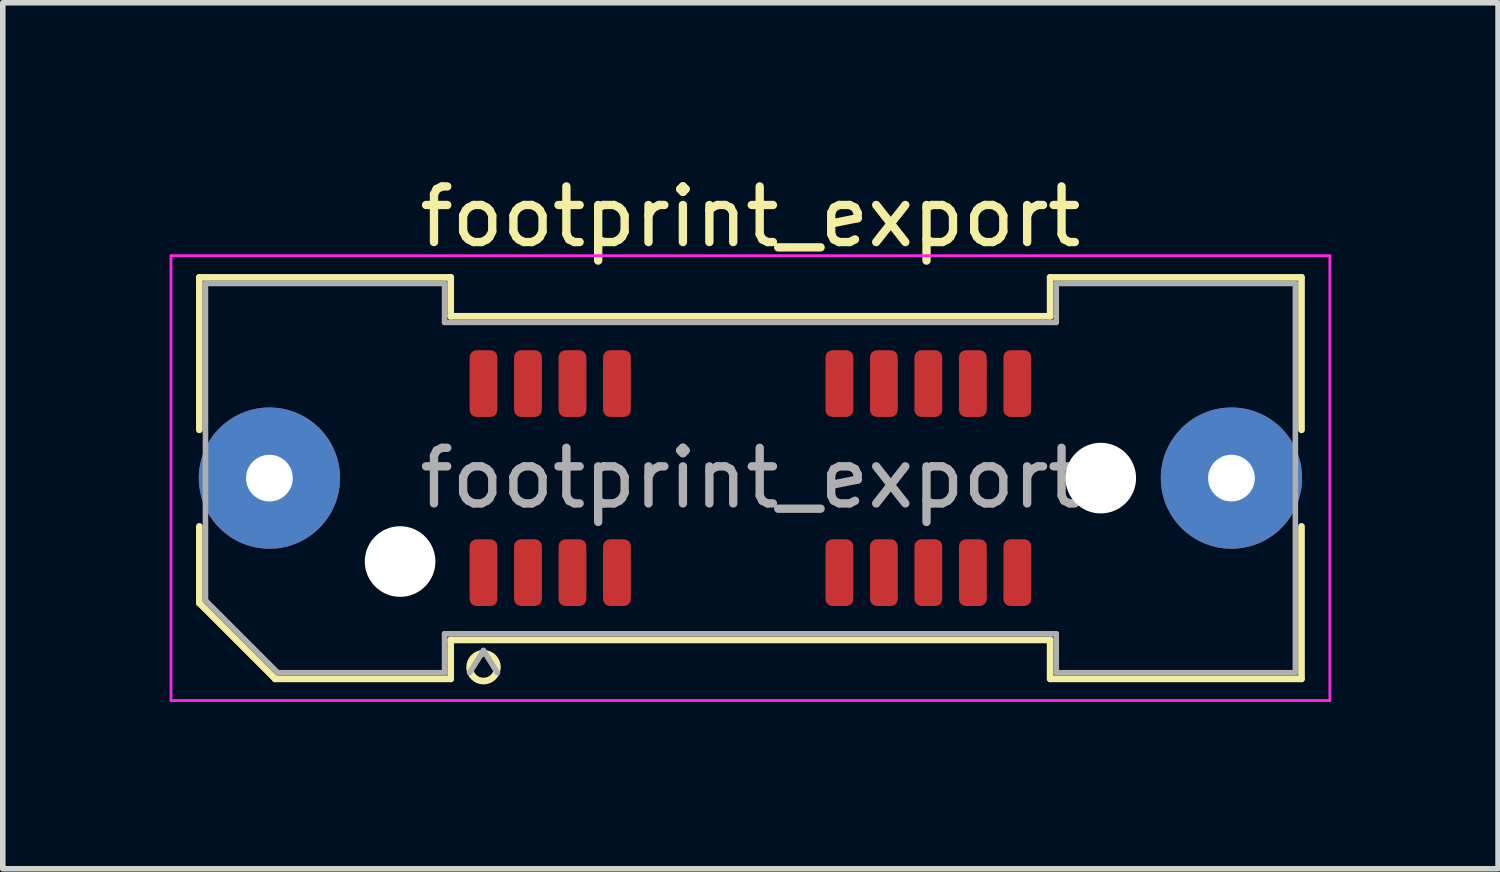
<source format=kicad_pcb>
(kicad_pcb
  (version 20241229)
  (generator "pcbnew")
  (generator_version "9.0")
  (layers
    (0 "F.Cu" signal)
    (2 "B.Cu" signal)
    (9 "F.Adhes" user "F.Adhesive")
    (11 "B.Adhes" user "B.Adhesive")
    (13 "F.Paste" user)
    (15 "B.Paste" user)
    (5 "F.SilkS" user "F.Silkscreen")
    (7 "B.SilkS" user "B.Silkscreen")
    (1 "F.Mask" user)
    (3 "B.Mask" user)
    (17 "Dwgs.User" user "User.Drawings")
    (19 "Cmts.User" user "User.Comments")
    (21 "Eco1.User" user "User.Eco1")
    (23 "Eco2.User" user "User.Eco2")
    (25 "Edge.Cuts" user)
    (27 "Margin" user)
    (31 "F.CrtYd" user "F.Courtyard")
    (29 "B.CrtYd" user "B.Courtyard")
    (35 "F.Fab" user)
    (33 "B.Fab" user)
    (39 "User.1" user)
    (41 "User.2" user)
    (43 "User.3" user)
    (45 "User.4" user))
  (footprint "footprint_export"
    (layer "F.Cu")
    (at 10.445 5.548)
    (property "Reference" "footprint_export" (at 0 -4.7 0) (layer "F.SilkS") (effects (font (size 1 1) (thickness 0.15))))
    (attr smd)
    (fp_line (start -9.91 -3.61) (end -5.39 -3.61) (stroke (width 0.12) (type solid)) (layer "F.SilkS"))
    (fp_line (start -9.91 -0.868) (end -9.91 -3.61) (stroke (width 0.12) (type solid)) (layer "F.SilkS"))
    (fp_line (start -9.91 2.246) (end -9.91 0.868) (stroke (width 0.12) (type solid)) (layer "F.SilkS"))
    (fp_line (start -8.546 3.61) (end -9.91 2.246) (stroke (width 0.12) (type solid)) (layer "F.SilkS"))
    (fp_line (start -5.39 -3.61) (end -5.39 -2.91) (stroke (width 0.12) (type solid)) (layer "F.SilkS"))
    (fp_line (start -5.39 -2.91) (end 5.39 -2.91) (stroke (width 0.12) (type solid)) (layer "F.SilkS"))
    (fp_line (start -5.39 2.91) (end -5.39 3.61) (stroke (width 0.12) (type solid)) (layer "F.SilkS"))
    (fp_line (start -5.39 3.61) (end -8.546 3.61) (stroke (width 0.12) (type solid)) (layer "F.SilkS"))
    (fp_line (start 5.39 -3.61) (end 9.91 -3.61) (stroke (width 0.12) (type solid)) (layer "F.SilkS"))
    (fp_line (start 5.39 -2.91) (end 5.39 -3.61) (stroke (width 0.12) (type solid)) (layer "F.SilkS"))
    (fp_line (start 5.39 2.91) (end -5.39 2.91) (stroke (width 0.12) (type solid)) (layer "F.SilkS"))
    (fp_line (start 5.39 3.61) (end 5.39 2.91) (stroke (width 0.12) (type solid)) (layer "F.SilkS"))
    (fp_line (start 9.91 -3.61) (end 9.91 -0.868) (stroke (width 0.12) (type solid)) (layer "F.SilkS"))
    (fp_line (start 9.91 0.868) (end 9.91 3.61) (stroke (width 0.12) (type solid)) (layer "F.SilkS"))
    (fp_line (start 9.91 3.61) (end 5.39 3.61) (stroke (width 0.12) (type solid)) (layer "F.SilkS"))
    (fp_arc (start -4.55 3.4) (mid -5.05 3.4) (end -4.55 3.4) (stroke (width 0.12) (type solid)) (layer "F.SilkS"))
    (fp_line (start -10.42 -4) (end -10.42 4) (stroke (width 0.05) (type solid)) (layer "F.CrtYd"))
    (fp_line (start -10.42 4) (end 10.42 4) (stroke (width 0.05) (type solid)) (layer "F.CrtYd"))
    (fp_line (start 10.42 -4) (end -10.42 -4) (stroke (width 0.05) (type solid)) (layer "F.CrtYd"))
    (fp_line (start 10.42 4) (end 10.42 -4) (stroke (width 0.05) (type solid)) (layer "F.CrtYd"))
    (fp_line (start -9.8 -3.5) (end -5.5 -3.5) (stroke (width 0.1) (type solid)) (layer "F.Fab"))
    (fp_line (start -9.8 2.2) (end -9.8 -3.5) (stroke (width 0.1) (type solid)) (layer "F.Fab"))
    (fp_line (start -8.5 3.5) (end -9.8 2.2) (stroke (width 0.1) (type solid)) (layer "F.Fab"))
    (fp_line (start -5.5 -3.5) (end -5.5 -2.8) (stroke (width 0.1) (type solid)) (layer "F.Fab"))
    (fp_line (start -5.5 -2.8) (end 5.5 -2.8) (stroke (width 0.1) (type solid)) (layer "F.Fab"))
    (fp_line (start -5.5 2.8) (end -5.5 3.5) (stroke (width 0.1) (type solid)) (layer "F.Fab"))
    (fp_line (start -5.5 3.5) (end -8.5 3.5) (stroke (width 0.1) (type solid)) (layer "F.Fab"))
    (fp_line (start -4.8 3.1) (end -5.05 3.5) (stroke (width 0.1) (type solid)) (layer "F.Fab"))
    (fp_line (start -4.8 3.1) (end -4.55 3.5) (stroke (width 0.1) (type solid)) (layer "F.Fab"))
    (fp_line (start 5.5 -3.5) (end 9.8 -3.5) (stroke (width 0.1) (type solid)) (layer "F.Fab"))
    (fp_line (start 5.5 -2.8) (end 5.5 -3.5) (stroke (width 0.1) (type solid)) (layer "F.Fab"))
    (fp_line (start 5.5 2.8) (end -5.5 2.8) (stroke (width 0.1) (type solid)) (layer "F.Fab"))
    (fp_line (start 5.5 3.5) (end 5.5 2.8) (stroke (width 0.1) (type solid)) (layer "F.Fab"))
    (fp_line (start 9.8 -3.5) (end 9.8 3.5) (stroke (width 0.1) (type solid)) (layer "F.Fab"))
    (fp_line (start 9.8 3.5) (end 5.5 3.5) (stroke (width 0.1) (type solid)) (layer "F.Fab"))
    (fp_text user "${REFERENCE}" (at 0 0 0) (layer "F.Fab") (effects (font (size 1 1) (thickness 0.15))))
    (pad "" thru_hole circle (at -8.65 0) (size 2.54 2.54) (drill 0.84) (layers "*.Cu" "*.Mask" "F.Paste"))
    (pad "" np_thru_hole circle (at -6.3 1.5) (size 1.27 1.27) (drill 1.27) (layers "*.Cu" "*.Mask"))
    (pad "" np_thru_hole circle (at 6.3 0) (size 1.27 1.27) (drill 1.27) (layers "*.Cu" "*.Mask"))
    (pad "" thru_hole circle (at 8.65 0) (size 2.54 2.54) (drill 0.84) (layers "*.Cu" "*.Mask" "F.Paste"))
    (pad "1" smd roundrect (at -4.8 1.7) (size 0.5 1.2) (layers "F.Cu" "F.Mask" "F.Paste") (roundrect_rratio 0.25))
    (pad "2" smd roundrect (at -4.8 -1.7) (size 0.5 1.2) (layers "F.Cu" "F.Mask" "F.Paste") (roundrect_rratio 0.25))
    (pad "3" smd roundrect (at -4 1.7) (size 0.5 1.2) (layers "F.Cu" "F.Mask" "F.Paste") (roundrect_rratio 0.25))
    (pad "4" smd roundrect (at -4 -1.7) (size 0.5 1.2) (layers "F.Cu" "F.Mask" "F.Paste") (roundrect_rratio 0.25))
    (pad "5" smd roundrect (at -3.2 1.7) (size 0.5 1.2) (layers "F.Cu" "F.Mask" "F.Paste") (roundrect_rratio 0.25))
    (pad "6" smd roundrect (at -3.2 -1.7) (size 0.5 1.2) (layers "F.Cu" "F.Mask" "F.Paste") (roundrect_rratio 0.25))
    (pad "7" smd roundrect (at -2.4 1.7) (size 0.5 1.2) (layers "F.Cu" "F.Mask" "F.Paste") (roundrect_rratio 0.25))
    (pad "8" smd roundrect (at -2.4 -1.7) (size 0.5 1.2) (layers "F.Cu" "F.Mask" "F.Paste") (roundrect_rratio 0.25))
    (pad "9" smd roundrect (at 1.6 1.7) (size 0.5 1.2) (layers "F.Cu" "F.Mask" "F.Paste") (roundrect_rratio 0.25))
    (pad "10" smd roundrect (at 1.6 -1.7) (size 0.5 1.2) (layers "F.Cu" "F.Mask" "F.Paste") (roundrect_rratio 0.25))
    (pad "11" smd roundrect (at 2.4 1.7) (size 0.5 1.2) (layers "F.Cu" "F.Mask" "F.Paste") (roundrect_rratio 0.25))
    (pad "12" smd roundrect (at 2.4 -1.7) (size 0.5 1.2) (layers "F.Cu" "F.Mask" "F.Paste") (roundrect_rratio 0.25))
    (pad "13" smd roundrect (at 3.2 1.7) (size 0.5 1.2) (layers "F.Cu" "F.Mask" "F.Paste") (roundrect_rratio 0.25))
    (pad "14" smd roundrect (at 3.2 -1.7) (size 0.5 1.2) (layers "F.Cu" "F.Mask" "F.Paste") (roundrect_rratio 0.25))
    (pad "15" smd roundrect (at 4 1.7) (size 0.5 1.2) (layers "F.Cu" "F.Mask" "F.Paste") (roundrect_rratio 0.25))
    (pad "16" smd roundrect (at 4 -1.7) (size 0.5 1.2) (layers "F.Cu" "F.Mask" "F.Paste") (roundrect_rratio 0.25))
    (pad "17" smd roundrect (at 4.8 1.7) (size 0.5 1.2) (layers "F.Cu" "F.Mask" "F.Paste") (roundrect_rratio 0.25))
    (pad "18" smd roundrect (at 4.8 -1.7) (size 0.5 1.2) (layers "F.Cu" "F.Mask" "F.Paste") (roundrect_rratio 0.25)))
  (gr_rect
    (start -3 -3)
    (end 23.89 12.573)
    (stroke (width 0.1) (type default))
    (fill no)
    (layer "Edge.Cuts")))
</source>
